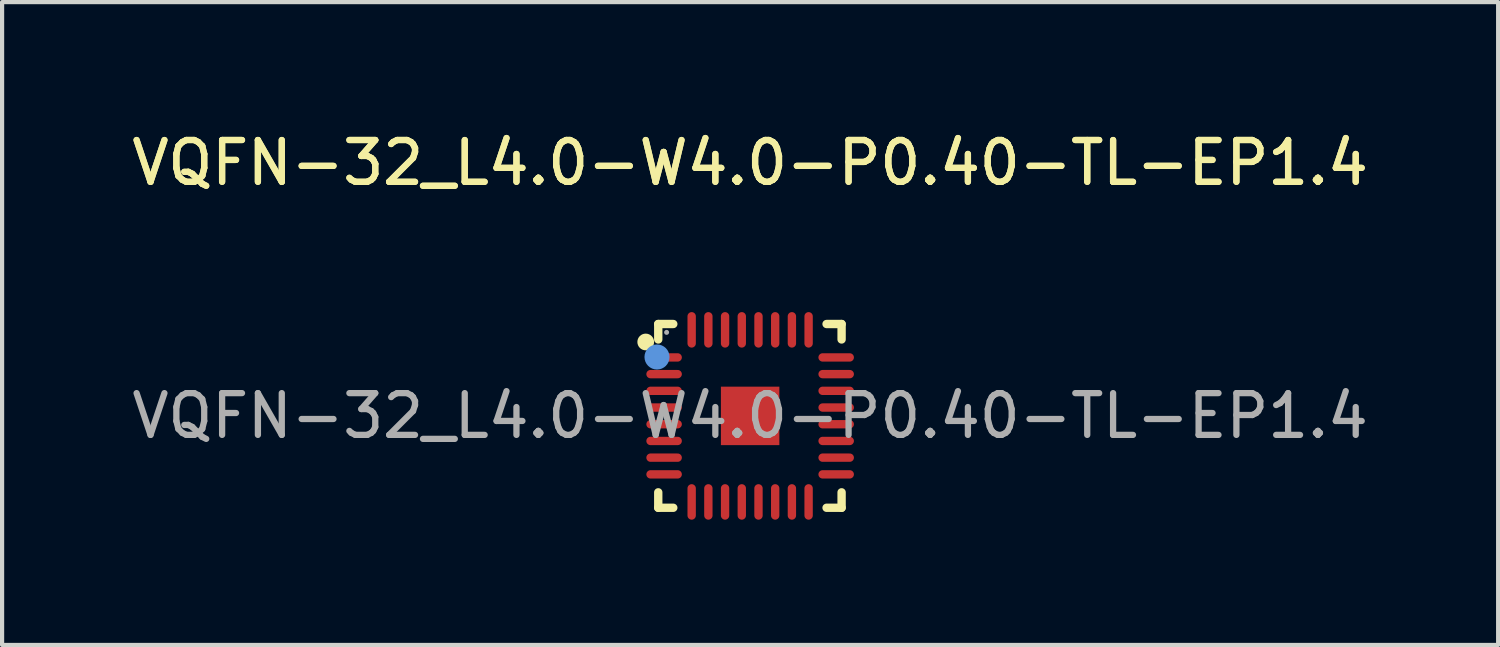
<source format=kicad_pcb>
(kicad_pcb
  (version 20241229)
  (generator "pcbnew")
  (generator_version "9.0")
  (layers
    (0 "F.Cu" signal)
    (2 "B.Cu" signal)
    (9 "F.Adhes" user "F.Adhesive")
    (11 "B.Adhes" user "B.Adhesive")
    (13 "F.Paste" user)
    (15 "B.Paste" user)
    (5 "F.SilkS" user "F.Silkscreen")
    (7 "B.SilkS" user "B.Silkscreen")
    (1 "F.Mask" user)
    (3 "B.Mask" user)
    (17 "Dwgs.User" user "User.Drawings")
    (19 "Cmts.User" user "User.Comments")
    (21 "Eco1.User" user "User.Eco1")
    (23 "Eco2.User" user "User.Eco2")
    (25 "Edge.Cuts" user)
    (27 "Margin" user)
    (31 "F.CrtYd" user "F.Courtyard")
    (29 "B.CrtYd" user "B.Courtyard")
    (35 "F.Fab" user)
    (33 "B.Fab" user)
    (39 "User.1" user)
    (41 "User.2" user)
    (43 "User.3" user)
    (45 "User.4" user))
  (footprint "VQFN-32_L4.0-W4.0-P0.40-TL-EP1.4"
    (layer "F.Cu")
    (at 14.911 6.908)
    (property "Reference" "VQFN-32_L4.0-W4.0-P0.40-TL-EP1.4" (at 0 -6.06 0) (layer "F.SilkS") (effects (font (size 1 1) (thickness 0.15))))
    (attr smd)
    (fp_line (start -2.2 -2.2) (end -1.84 -2.2) (stroke (width 0.2) (type solid)) (layer "F.SilkS"))
    (fp_line (start -2.2 -1.83) (end -2.2 -2.2) (stroke (width 0.2) (type solid)) (layer "F.SilkS"))
    (fp_line (start -2.2 2.2) (end -2.2 1.83) (stroke (width 0.2) (type solid)) (layer "F.SilkS"))
    (fp_line (start -1.84 2.2) (end -2.2 2.2) (stroke (width 0.2) (type solid)) (layer "F.SilkS"))
    (fp_line (start 1.83 2.2) (end 2.19 2.2) (stroke (width 0.2) (type solid)) (layer "F.SilkS"))
    (fp_line (start 2.19 -2.2) (end 1.83 -2.2) (stroke (width 0.2) (type solid)) (layer "F.SilkS"))
    (fp_line (start 2.19 -1.83) (end 2.19 -2.2) (stroke (width 0.2) (type solid)) (layer "F.SilkS"))
    (fp_line (start 2.19 2.2) (end 2.19 1.83) (stroke (width 0.2) (type solid)) (layer "F.SilkS"))
    (fp_circle (center -2.5 -1.77) (end -2.4 -1.77) (stroke (width 0.2) (type solid)) (fill no) (layer "F.SilkS"))
    (fp_circle (center -2.23 -1.41) (end -2.08 -1.41) (stroke (width 0.3) (type solid)) (fill no) (layer "Cmts.User"))
    (fp_circle (center -2 -2) (end -1.97 -2) (stroke (width 0.06) (type solid)) (fill no) (layer "F.Fab"))
    (fp_text user "${REFERENCE}" (at 0 -6.06 0) (layer "F.SilkS") (effects (font (size 1 1) (thickness 0.15))))
    (fp_text user "${REFERENCE}" (at 0 0 0) (layer "F.Fab") (effects (font (size 1 1) (thickness 0.15))))
    (pad "1" smd oval (at -2.06 -1.4 180) (size 0.85 0.2) (layers "F.Cu" "F.Mask" "F.Paste"))
    (pad "2" smd oval (at -2.06 -1 180) (size 0.85 0.2) (layers "F.Cu" "F.Mask" "F.Paste"))
    (pad "3" smd oval (at -2.06 -0.6 180) (size 0.85 0.2) (layers "F.Cu" "F.Mask" "F.Paste"))
    (pad "4" smd oval (at -2.06 -0.2 180) (size 0.85 0.2) (layers "F.Cu" "F.Mask" "F.Paste"))
    (pad "5" smd oval (at -2.06 0.2 180) (size 0.85 0.2) (layers "F.Cu" "F.Mask" "F.Paste"))
    (pad "6" smd oval (at -2.06 0.6 180) (size 0.85 0.2) (layers "F.Cu" "F.Mask" "F.Paste"))
    (pad "7" smd oval (at -2.06 1 180) (size 0.85 0.2) (layers "F.Cu" "F.Mask" "F.Paste"))
    (pad "8" smd oval (at -2.06 1.4 180) (size 0.85 0.2) (layers "F.Cu" "F.Mask" "F.Paste"))
    (pad "9" smd oval (at -1.4 2.06 180) (size 0.2 0.85) (layers "F.Cu" "F.Mask" "F.Paste"))
    (pad "10" smd oval (at -1 2.06 180) (size 0.2 0.85) (layers "F.Cu" "F.Mask" "F.Paste"))
    (pad "11" smd oval (at -0.6 2.06 180) (size 0.2 0.85) (layers "F.Cu" "F.Mask" "F.Paste"))
    (pad "12" smd oval (at -0.2 2.06 180) (size 0.2 0.85) (layers "F.Cu" "F.Mask" "F.Paste"))
    (pad "13" smd oval (at 0.2 2.06 180) (size 0.2 0.85) (layers "F.Cu" "F.Mask" "F.Paste"))
    (pad "14" smd oval (at 0.6 2.06 180) (size 0.2 0.85) (layers "F.Cu" "F.Mask" "F.Paste"))
    (pad "15" smd oval (at 1 2.06 180) (size 0.2 0.85) (layers "F.Cu" "F.Mask" "F.Paste"))
    (pad "16" smd oval (at 1.4 2.06 180) (size 0.2 0.85) (layers "F.Cu" "F.Mask" "F.Paste"))
    (pad "17" smd oval (at 2.06 1.4 180) (size 0.85 0.2) (layers "F.Cu" "F.Mask" "F.Paste"))
    (pad "18" smd oval (at 2.06 1 180) (size 0.85 0.2) (layers "F.Cu" "F.Mask" "F.Paste"))
    (pad "19" smd oval (at 2.06 0.6 180) (size 0.85 0.2) (layers "F.Cu" "F.Mask" "F.Paste"))
    (pad "20" smd oval (at 2.06 0.2 180) (size 0.85 0.2) (layers "F.Cu" "F.Mask" "F.Paste"))
    (pad "21" smd oval (at 2.06 -0.2 180) (size 0.85 0.2) (layers "F.Cu" "F.Mask" "F.Paste"))
    (pad "22" smd oval (at 2.06 -0.6 180) (size 0.85 0.2) (layers "F.Cu" "F.Mask" "F.Paste"))
    (pad "23" smd oval (at 2.06 -1 180) (size 0.85 0.2) (layers "F.Cu" "F.Mask" "F.Paste"))
    (pad "24" smd oval (at 2.06 -1.4 180) (size 0.85 0.2) (layers "F.Cu" "F.Mask" "F.Paste"))
    (pad "25" smd oval (at 1.4 -2.06 180) (size 0.2 0.85) (layers "F.Cu" "F.Mask" "F.Paste"))
    (pad "26" smd oval (at 1 -2.06 180) (size 0.2 0.85) (layers "F.Cu" "F.Mask" "F.Paste"))
    (pad "27" smd oval (at 0.6 -2.06 180) (size 0.2 0.85) (layers "F.Cu" "F.Mask" "F.Paste"))
    (pad "28" smd oval (at 0.2 -2.06 180) (size 0.2 0.85) (layers "F.Cu" "F.Mask" "F.Paste"))
    (pad "29" smd oval (at -0.2 -2.06 180) (size 0.2 0.85) (layers "F.Cu" "F.Mask" "F.Paste"))
    (pad "30" smd oval (at -0.6 -2.06 180) (size 0.2 0.85) (layers "F.Cu" "F.Mask" "F.Paste"))
    (pad "31" smd oval (at -1 -2.06 180) (size 0.2 0.85) (layers "F.Cu" "F.Mask" "F.Paste"))
    (pad "32" smd oval (at -1.4 -2.06 180) (size 0.2 0.85) (layers "F.Cu" "F.Mask" "F.Paste"))
    (pad "33" smd rect (at 0 0 180) (size 1.4 1.4) (layers "F.Cu" "F.Mask" "F.Paste")))
  (gr_rect
    (start -3 -3)
    (end 32.821 12.393)
    (stroke (width 0.1) (type default))
    (fill no)
    (layer "Edge.Cuts")))
</source>
